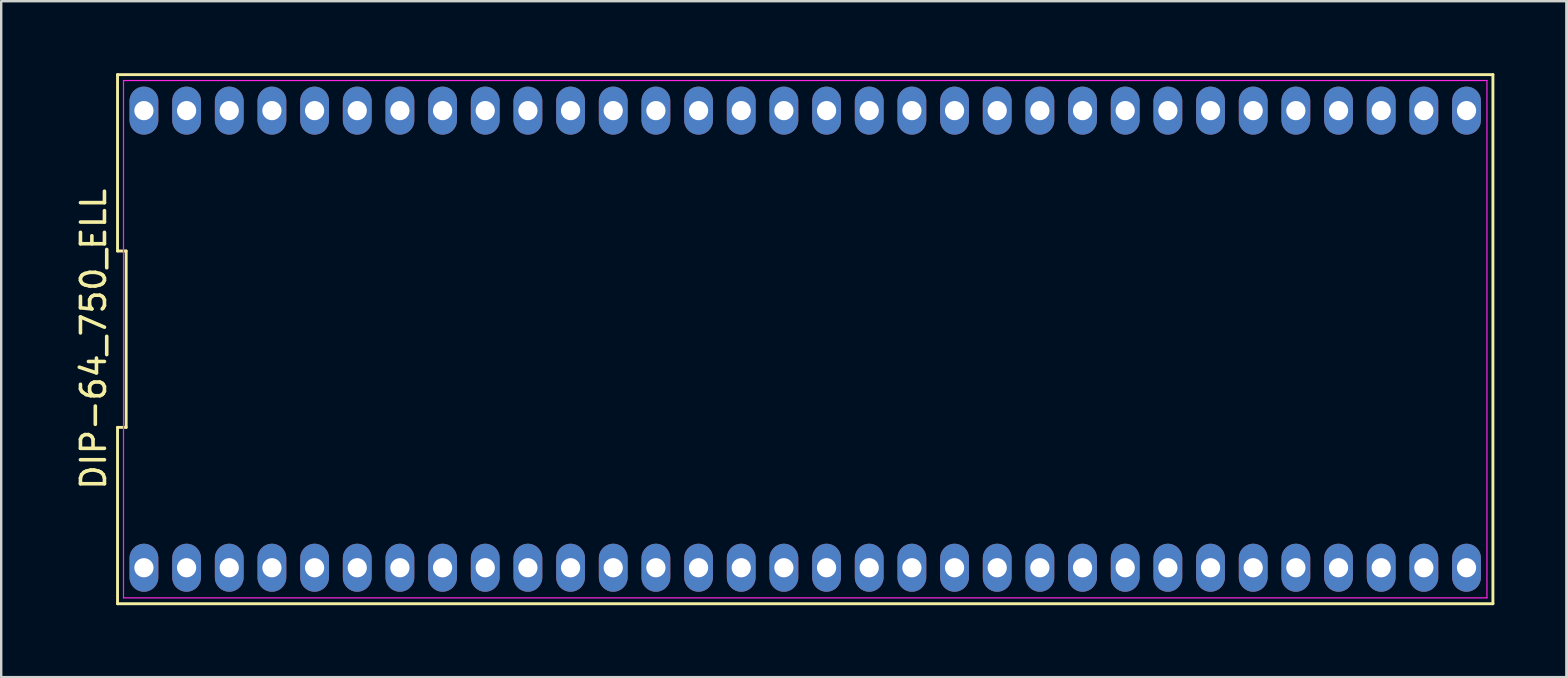
<source format=kicad_pcb>
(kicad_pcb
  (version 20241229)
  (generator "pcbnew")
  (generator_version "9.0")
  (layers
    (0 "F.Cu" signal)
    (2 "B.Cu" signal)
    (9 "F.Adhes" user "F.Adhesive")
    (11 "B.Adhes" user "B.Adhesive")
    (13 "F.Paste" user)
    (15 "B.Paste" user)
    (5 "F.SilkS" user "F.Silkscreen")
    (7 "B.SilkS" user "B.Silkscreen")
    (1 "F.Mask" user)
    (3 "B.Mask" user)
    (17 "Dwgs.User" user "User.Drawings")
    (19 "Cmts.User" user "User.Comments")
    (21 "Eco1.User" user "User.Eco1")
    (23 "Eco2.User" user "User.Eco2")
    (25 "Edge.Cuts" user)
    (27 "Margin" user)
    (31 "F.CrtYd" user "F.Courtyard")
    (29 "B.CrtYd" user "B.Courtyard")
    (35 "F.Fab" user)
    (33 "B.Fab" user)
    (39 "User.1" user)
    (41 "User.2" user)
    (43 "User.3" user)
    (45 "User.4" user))
  (footprint "DIP-64_750_ELL"
    (layer "F.Cu")
    (at 30.507 11.085)
    (property "Reference" "DIP-64_750_ELL" (at -29.659 0 90) (layer "F.SilkS") (effects (font (size 1 1) (thickness 0.15))))
    (attr through_hole)
    (fp_line (start -28.659 -11.025) (end -28.659 -3.675) (stroke (width 0.12) (type solid)) (layer "F.SilkS"))
    (fp_line (start -28.659 -3.675) (end -28.299 -3.675) (stroke (width 0.12) (type solid)) (layer "F.SilkS"))
    (fp_line (start -28.659 3.675) (end -28.659 11.025) (stroke (width 0.12) (type solid)) (layer "F.SilkS"))
    (fp_line (start -28.659 11.025) (end 28.659 11.025) (stroke (width 0.12) (type solid)) (layer "F.SilkS"))
    (fp_line (start -28.299 -3.675) (end -28.299 3.675) (stroke (width 0.12) (type solid)) (layer "F.SilkS"))
    (fp_line (start -28.299 3.675) (end -28.659 3.675) (stroke (width 0.12) (type solid)) (layer "F.SilkS"))
    (fp_line (start 28.659 -11.025) (end -28.659 -11.025) (stroke (width 0.12) (type solid)) (layer "F.SilkS"))
    (fp_line (start 28.659 11.025) (end 28.659 -11.025) (stroke (width 0.12) (type solid)) (layer "F.SilkS"))
    (fp_line (start -28.41 -10.78) (end 28.41 -10.78) (stroke (width 0.05) (type solid)) (layer "F.CrtYd"))
    (fp_line (start -28.41 10.78) (end -28.41 -10.78) (stroke (width 0.05) (type solid)) (layer "F.CrtYd"))
    (fp_line (start 28.41 -10.78) (end 28.41 10.78) (stroke (width 0.05) (type solid)) (layer "F.CrtYd"))
    (fp_line (start 28.41 10.78) (end -28.41 10.78) (stroke (width 0.05) (type solid)) (layer "F.CrtYd"))
    (pad "1" thru_hole oval (at -27.559 9.525) (size 1.2 2) (drill 0.8) (layers "*.Cu" "*.Mask"))
    (pad "2" thru_hole oval (at -25.781 9.525) (size 1.2 2) (drill 0.8) (layers "*.Cu" "*.Mask"))
    (pad "3" thru_hole oval (at -24.003 9.525) (size 1.2 2) (drill 0.8) (layers "*.Cu" "*.Mask"))
    (pad "4" thru_hole oval (at -22.225 9.525) (size 1.2 2) (drill 0.8) (layers "*.Cu" "*.Mask"))
    (pad "5" thru_hole oval (at -20.447 9.525) (size 1.2 2) (drill 0.8) (layers "*.Cu" "*.Mask"))
    (pad "6" thru_hole oval (at -18.669 9.525) (size 1.2 2) (drill 0.8) (layers "*.Cu" "*.Mask"))
    (pad "7" thru_hole oval (at -16.891 9.525) (size 1.2 2) (drill 0.8) (layers "*.Cu" "*.Mask"))
    (pad "8" thru_hole oval (at -15.113 9.525) (size 1.2 2) (drill 0.8) (layers "*.Cu" "*.Mask"))
    (pad "9" thru_hole oval (at -13.335 9.525) (size 1.2 2) (drill 0.8) (layers "*.Cu" "*.Mask"))
    (pad "10" thru_hole oval (at -11.557 9.525) (size 1.2 2) (drill 0.8) (layers "*.Cu" "*.Mask"))
    (pad "11" thru_hole oval (at -9.779 9.525) (size 1.2 2) (drill 0.8) (layers "*.Cu" "*.Mask"))
    (pad "12" thru_hole oval (at -8.001 9.525) (size 1.2 2) (drill 0.8) (layers "*.Cu" "*.Mask"))
    (pad "13" thru_hole oval (at -6.223 9.525) (size 1.2 2) (drill 0.8) (layers "*.Cu" "*.Mask"))
    (pad "14" thru_hole oval (at -4.445 9.525) (size 1.2 2) (drill 0.8) (layers "*.Cu" "*.Mask"))
    (pad "15" thru_hole oval (at -2.667 9.525) (size 1.2 2) (drill 0.8) (layers "*.Cu" "*.Mask"))
    (pad "16" thru_hole oval (at -0.889 9.525) (size 1.2 2) (drill 0.8) (layers "*.Cu" "*.Mask"))
    (pad "17" thru_hole oval (at 0.889 9.525) (size 1.2 2) (drill 0.8) (layers "*.Cu" "*.Mask"))
    (pad "18" thru_hole oval (at 2.667 9.525) (size 1.2 2) (drill 0.8) (layers "*.Cu" "*.Mask"))
    (pad "19" thru_hole oval (at 4.445 9.525) (size 1.2 2) (drill 0.8) (layers "*.Cu" "*.Mask"))
    (pad "20" thru_hole oval (at 6.223 9.525) (size 1.2 2) (drill 0.8) (layers "*.Cu" "*.Mask"))
    (pad "21" thru_hole oval (at 8.001 9.525) (size 1.2 2) (drill 0.8) (layers "*.Cu" "*.Mask"))
    (pad "22" thru_hole oval (at 9.779 9.525) (size 1.2 2) (drill 0.8) (layers "*.Cu" "*.Mask"))
    (pad "23" thru_hole oval (at 11.557 9.525) (size 1.2 2) (drill 0.8) (layers "*.Cu" "*.Mask"))
    (pad "24" thru_hole oval (at 13.335 9.525) (size 1.2 2) (drill 0.8) (layers "*.Cu" "*.Mask"))
    (pad "25" thru_hole oval (at 15.113 9.525) (size 1.2 2) (drill 0.8) (layers "*.Cu" "*.Mask"))
    (pad "26" thru_hole oval (at 16.891 9.525) (size 1.2 2) (drill 0.8) (layers "*.Cu" "*.Mask"))
    (pad "27" thru_hole oval (at 18.669 9.525) (size 1.2 2) (drill 0.8) (layers "*.Cu" "*.Mask"))
    (pad "28" thru_hole oval (at 20.447 9.525) (size 1.2 2) (drill 0.8) (layers "*.Cu" "*.Mask"))
    (pad "29" thru_hole oval (at 22.225 9.525) (size 1.2 2) (drill 0.8) (layers "*.Cu" "*.Mask"))
    (pad "30" thru_hole oval (at 24.003 9.525) (size 1.2 2) (drill 0.8) (layers "*.Cu" "*.Mask"))
    (pad "31" thru_hole oval (at 25.781 9.525) (size 1.2 2) (drill 0.8) (layers "*.Cu" "*.Mask"))
    (pad "32" thru_hole oval (at 27.559 9.525) (size 1.2 2) (drill 0.8) (layers "*.Cu" "*.Mask"))
    (pad "33" thru_hole oval (at 27.559 -9.525) (size 1.2 2) (drill 0.8) (layers "*.Cu" "*.Mask"))
    (pad "34" thru_hole oval (at 25.781 -9.525) (size 1.2 2) (drill 0.8) (layers "*.Cu" "*.Mask"))
    (pad "35" thru_hole oval (at 24.003 -9.525) (size 1.2 2) (drill 0.8) (layers "*.Cu" "*.Mask"))
    (pad "36" thru_hole oval (at 22.225 -9.525) (size 1.2 2) (drill 0.8) (layers "*.Cu" "*.Mask"))
    (pad "37" thru_hole oval (at 20.447 -9.525) (size 1.2 2) (drill 0.8) (layers "*.Cu" "*.Mask"))
    (pad "38" thru_hole oval (at 18.669 -9.525) (size 1.2 2) (drill 0.8) (layers "*.Cu" "*.Mask"))
    (pad "39" thru_hole oval (at 16.891 -9.525) (size 1.2 2) (drill 0.8) (layers "*.Cu" "*.Mask"))
    (pad "40" thru_hole oval (at 15.113 -9.525) (size 1.2 2) (drill 0.8) (layers "*.Cu" "*.Mask"))
    (pad "41" thru_hole oval (at 13.335 -9.525) (size 1.2 2) (drill 0.8) (layers "*.Cu" "*.Mask"))
    (pad "42" thru_hole oval (at 11.557 -9.525) (size 1.2 2) (drill 0.8) (layers "*.Cu" "*.Mask"))
    (pad "43" thru_hole oval (at 9.779 -9.525) (size 1.2 2) (drill 0.8) (layers "*.Cu" "*.Mask"))
    (pad "44" thru_hole oval (at 8.001 -9.525) (size 1.2 2) (drill 0.8) (layers "*.Cu" "*.Mask"))
    (pad "45" thru_hole oval (at 6.223 -9.525) (size 1.2 2) (drill 0.8) (layers "*.Cu" "*.Mask"))
    (pad "46" thru_hole oval (at 4.445 -9.525) (size 1.2 2) (drill 0.8) (layers "*.Cu" "*.Mask"))
    (pad "47" thru_hole oval (at 2.667 -9.525) (size 1.2 2) (drill 0.8) (layers "*.Cu" "*.Mask"))
    (pad "48" thru_hole oval (at 0.889 -9.525) (size 1.2 2) (drill 0.8) (layers "*.Cu" "*.Mask"))
    (pad "49" thru_hole oval (at -0.889 -9.525) (size 1.2 2) (drill 0.8) (layers "*.Cu" "*.Mask"))
    (pad "50" thru_hole oval (at -2.667 -9.525) (size 1.2 2) (drill 0.8) (layers "*.Cu" "*.Mask"))
    (pad "51" thru_hole oval (at -4.445 -9.525) (size 1.2 2) (drill 0.8) (layers "*.Cu" "*.Mask"))
    (pad "52" thru_hole oval (at -6.223 -9.525) (size 1.2 2) (drill 0.8) (layers "*.Cu" "*.Mask"))
    (pad "53" thru_hole oval (at -8.001 -9.525) (size 1.2 2) (drill 0.8) (layers "*.Cu" "*.Mask"))
    (pad "54" thru_hole oval (at -9.779 -9.525) (size 1.2 2) (drill 0.8) (layers "*.Cu" "*.Mask"))
    (pad "55" thru_hole oval (at -11.557 -9.525) (size 1.2 2) (drill 0.8) (layers "*.Cu" "*.Mask"))
    (pad "56" thru_hole oval (at -13.335 -9.525) (size 1.2 2) (drill 0.8) (layers "*.Cu" "*.Mask"))
    (pad "57" thru_hole oval (at -15.113 -9.525) (size 1.2 2) (drill 0.8) (layers "*.Cu" "*.Mask"))
    (pad "58" thru_hole oval (at -16.891 -9.525) (size 1.2 2) (drill 0.8) (layers "*.Cu" "*.Mask"))
    (pad "59" thru_hole oval (at -18.669 -9.525) (size 1.2 2) (drill 0.8) (layers "*.Cu" "*.Mask"))
    (pad "60" thru_hole oval (at -20.447 -9.525) (size 1.2 2) (drill 0.8) (layers "*.Cu" "*.Mask"))
    (pad "61" thru_hole oval (at -22.225 -9.525) (size 1.2 2) (drill 0.8) (layers "*.Cu" "*.Mask"))
    (pad "62" thru_hole oval (at -24.003 -9.525) (size 1.2 2) (drill 0.8) (layers "*.Cu" "*.Mask"))
    (pad "63" thru_hole oval (at -25.781 -9.525) (size 1.2 2) (drill 0.8) (layers "*.Cu" "*.Mask"))
    (pad "64" thru_hole oval (at -27.559 -9.525) (size 1.2 2) (drill 0.8) (layers "*.Cu" "*.Mask")))
  (gr_rect
    (start -3 -3)
    (end 62.226 25.17)
    (stroke (width 0.1) (type default))
    (fill no)
    (layer "Edge.Cuts")))
</source>
